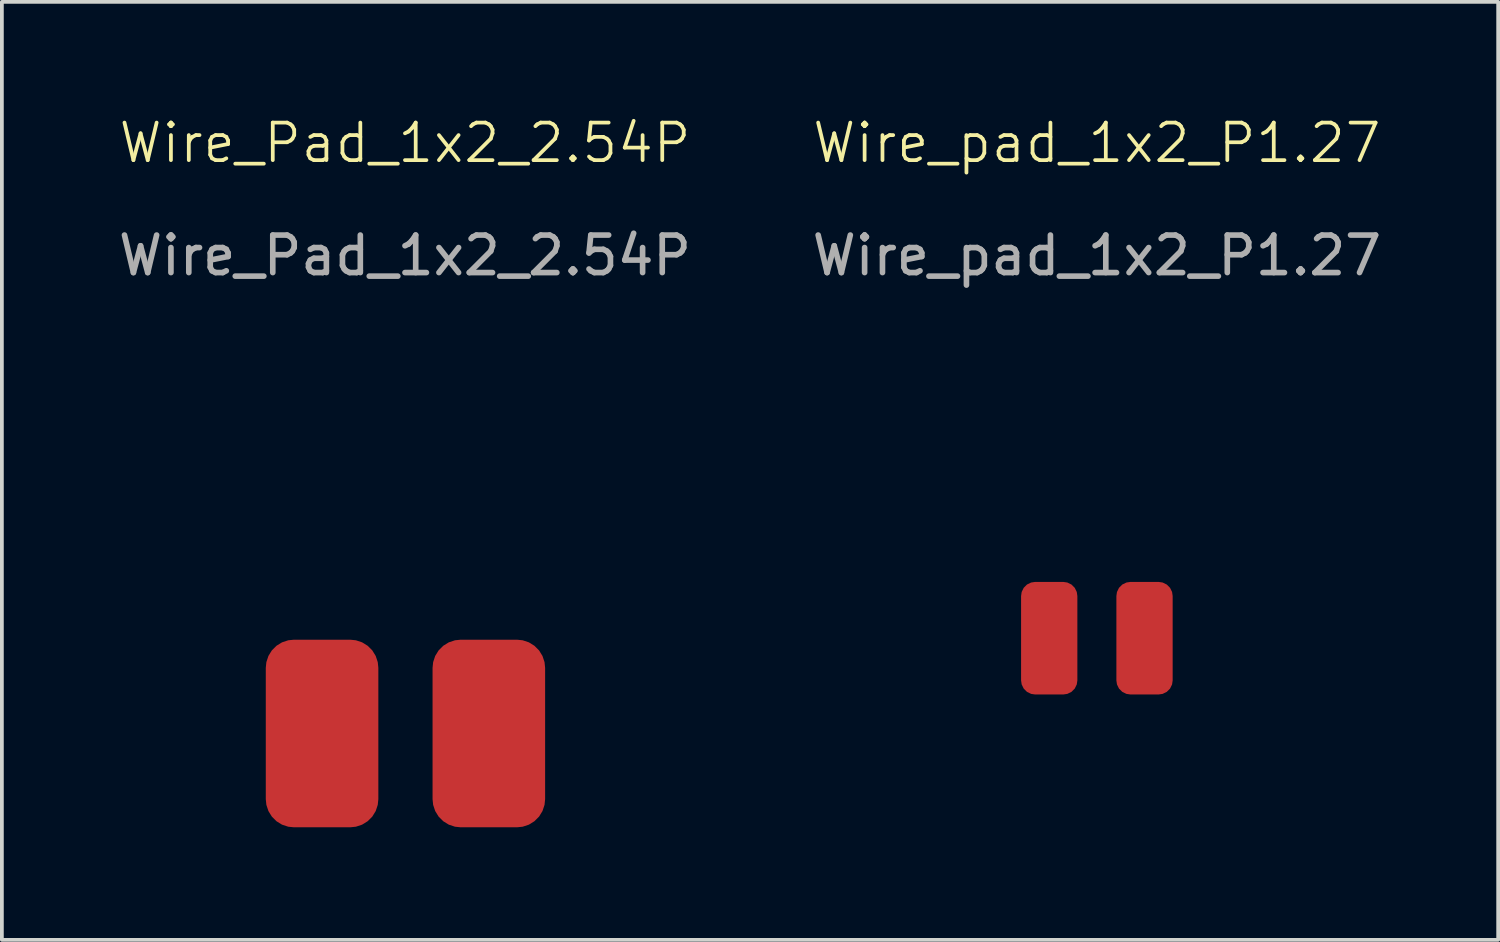
<source format=kicad_pcb>
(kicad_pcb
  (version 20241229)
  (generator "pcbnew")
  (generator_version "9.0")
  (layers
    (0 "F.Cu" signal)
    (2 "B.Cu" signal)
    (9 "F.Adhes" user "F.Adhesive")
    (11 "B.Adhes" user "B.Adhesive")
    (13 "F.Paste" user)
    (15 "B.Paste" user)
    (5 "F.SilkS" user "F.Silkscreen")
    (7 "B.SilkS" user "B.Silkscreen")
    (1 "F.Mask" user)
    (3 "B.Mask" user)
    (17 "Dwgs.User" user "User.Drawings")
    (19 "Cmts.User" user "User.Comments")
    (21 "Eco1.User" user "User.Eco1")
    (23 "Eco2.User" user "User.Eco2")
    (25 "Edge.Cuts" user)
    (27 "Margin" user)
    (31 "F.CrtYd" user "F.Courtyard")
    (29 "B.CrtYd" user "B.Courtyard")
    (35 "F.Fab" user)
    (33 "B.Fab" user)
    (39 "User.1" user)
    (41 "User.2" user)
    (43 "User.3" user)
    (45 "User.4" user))
  (footprint "Wire_Pad_1x2_2.54P"
    (layer "F.Cu")
    (at 7.744 16.5)
    (property "Reference" "Wire_Pad_1x2_2.54P" (at 0 -15.74 0) (unlocked yes) (layer "F.SilkS") (effects (font (size 1 1) (thickness 0.1))))
    (attr smd)
    (fp_text user "${REFERENCE}" (at 0 -12.74 0) (unlocked yes) (layer "F.Fab") (effects (font (size 1 1) (thickness 0.15))))
    (pad "1" smd roundrect (at -2.21 0 90) (size 5 3) (layers "F.Cu" "F.Mask" "F.Paste") (roundrect_rratio 0.25))
    (pad "2" smd roundrect (at 2.235 0 90) (size 5 3) (layers "F.Cu" "F.Mask" "F.Paste") (roundrect_rratio 0.25)))
  (footprint "Wire_pad_1x2_P1.27"
    (layer "F.Cu")
    (at 26.185 13.96)
    (property "Reference" "Wire_pad_1x2_P1.27" (at 0 -13.2 0) (unlocked yes) (layer "F.SilkS") (effects (font (size 1 1) (thickness 0.1))))
    (attr smd)
    (fp_text user "${REFERENCE}" (at 0 -10.2 0) (unlocked yes) (layer "F.Fab") (effects (font (size 1 1) (thickness 0.15))))
    (pad "1" smd roundrect (at -1.27 0 90) (size 3 1.5) (layers "F.Cu" "F.Mask" "F.Paste") (roundrect_rratio 0.25))
    (pad "2" smd roundrect (at 1.27 0 90) (size 3 1.5) (layers "F.Cu" "F.Mask" "F.Paste") (roundrect_rratio 0.25)))
  (gr_rect
    (start -3 -3)
    (end 36.881 22)
    (stroke (width 0.1) (type default))
    (fill no)
    (layer "Edge.Cuts")))
</source>
